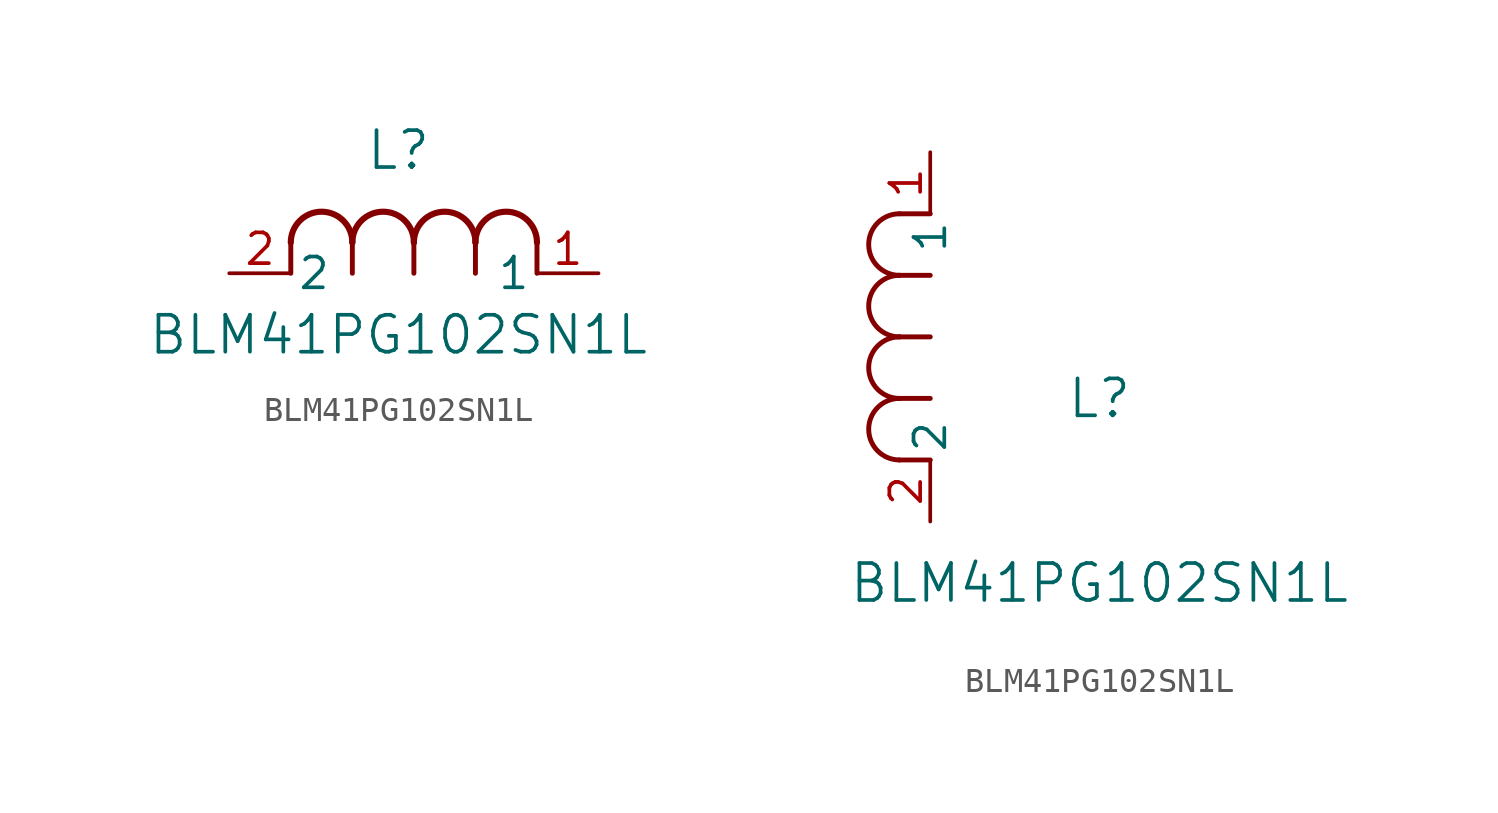
<source format=kicad_sym>
(kicad_symbol_lib
  (version 20211014)
  (generator kicad_symbol_editor)
  (symbol "BLM41PG102SN1L"
    (pin_names
      (offset 0.254))
    (property "Reference" "L"
      (at 6.985 5.08 0)
      (effects (font (size 1.524 1.524))))
    (property "Value" "BLM41PG102SN1L"
      (at 6.985 -2.54 0)
      (effects (font (size 1.524 1.524))))
    (symbol "BLM41PG102SN1L_1_1"
      (arc (start 7.62 1.27) (mid 6.35 2.54) (end 5.08 1.27) (stroke (width 0.254) (type default) (color 0 0 0 0)) (fill (type none)))
      (polyline (pts (xy 5.08 0) (xy 5.08 1.27)) (stroke (width 0.203) (type default) (color 0 0 0 0)) (fill (type none)))
      (polyline (pts (xy 7.62 0) (xy 7.62 1.27)) (stroke (width 0.203) (type default) (color 0 0 0 0)) (fill (type none)))
      (polyline (pts (xy 12.7 0) (xy 12.7 1.27)) (stroke (width 0.203) (type default) (color 0 0 0 0)) (fill (type none)))
      (arc (start 5.08 1.27) (mid 3.81 2.54) (end 2.54 1.27) (stroke (width 0.254) (type default) (color 0 0 0 0)) (fill (type none)))
      (arc (start 10.16 1.27) (mid 8.89 2.54) (end 7.62 1.27) (stroke (width 0.254) (type default) (color 0 0 0 0)) (fill (type none)))
      (arc (start 12.7 1.27) (mid 11.43 2.54) (end 10.16 1.27) (stroke (width 0.254) (type default) (color 0 0 0 0)) (fill (type none)))
      (polyline (pts (xy 2.54 0) (xy 2.54 1.27)) (stroke (width 0.203) (type default) (color 0 0 0 0)) (fill (type none)))
      (polyline (pts (xy 10.16 0) (xy 10.16 1.27)) (stroke (width 0.203) (type default) (color 0 0 0 0)) (fill (type none)))
      (pin unspecified line (at 0 0 0) (length 2.54) (name "2" (effects (font (size 1.27 1.27)))) (number "2" (effects (font (size 1.27 1.27)))))
      (pin unspecified line (at 15.24 0 180) (length 2.54) (name "1" (effects (font (size 1.27 1.27)))) (number "1" (effects (font (size 1.27 1.27))))))
    (symbol "BLM41PG102SN1L_1_2"
      (arc (start -1.27 7.62) (mid -2.54 6.35) (end -1.27 5.08) (stroke (width 0.2032) (type default) (color 0 0 0 0)) (fill (type none)))
      (arc (start -1.27 5.08) (mid -2.54 3.81) (end -1.27 2.54) (stroke (width 0.2032) (type default) (color 0 0 0 0)) (fill (type none)))
      (arc (start -1.27 12.7) (mid -2.54 11.43) (end -1.27 10.16) (stroke (width 0.2032) (type default) (color 0 0 0 0)) (fill (type none)))
      (arc (start -1.27 10.16) (mid -2.54 8.89) (end -1.27 7.62) (stroke (width 0.2032) (type default) (color 0 0 0 0)) (fill (type none)))
      (polyline (pts (xy 0 7.62) (xy -1.27 7.62)) (stroke (width 0.203) (type default) (color 0 0 0 0)) (fill (type none)))
      (polyline (pts (xy 0 5.08) (xy -1.27 5.08)) (stroke (width 0.203) (type default) (color 0 0 0 0)) (fill (type none)))
      (polyline (pts (xy 0 12.7) (xy -1.27 12.7)) (stroke (width 0.203) (type default) (color 0 0 0 0)) (fill (type none)))
      (polyline (pts (xy 0 2.54) (xy -1.27 2.54)) (stroke (width 0.203) (type default) (color 0 0 0 0)) (fill (type none)))
      (polyline (pts (xy 0 10.16) (xy -1.27 10.16)) (stroke (width 0.203) (type default) (color 0 0 0 0)) (fill (type none)))
      (pin unspecified line (at 0 0 90) (length 2.54) (name "2" (effects (font (size 1.27 1.27)))) (number "2" (effects (font (size 1.27 1.27)))))
      (pin unspecified line (at 0 15.24 270) (length 2.54) (name "1" (effects (font (size 1.27 1.27)))) (number "1" (effects (font (size 1.27 1.27))))))))
</source>
